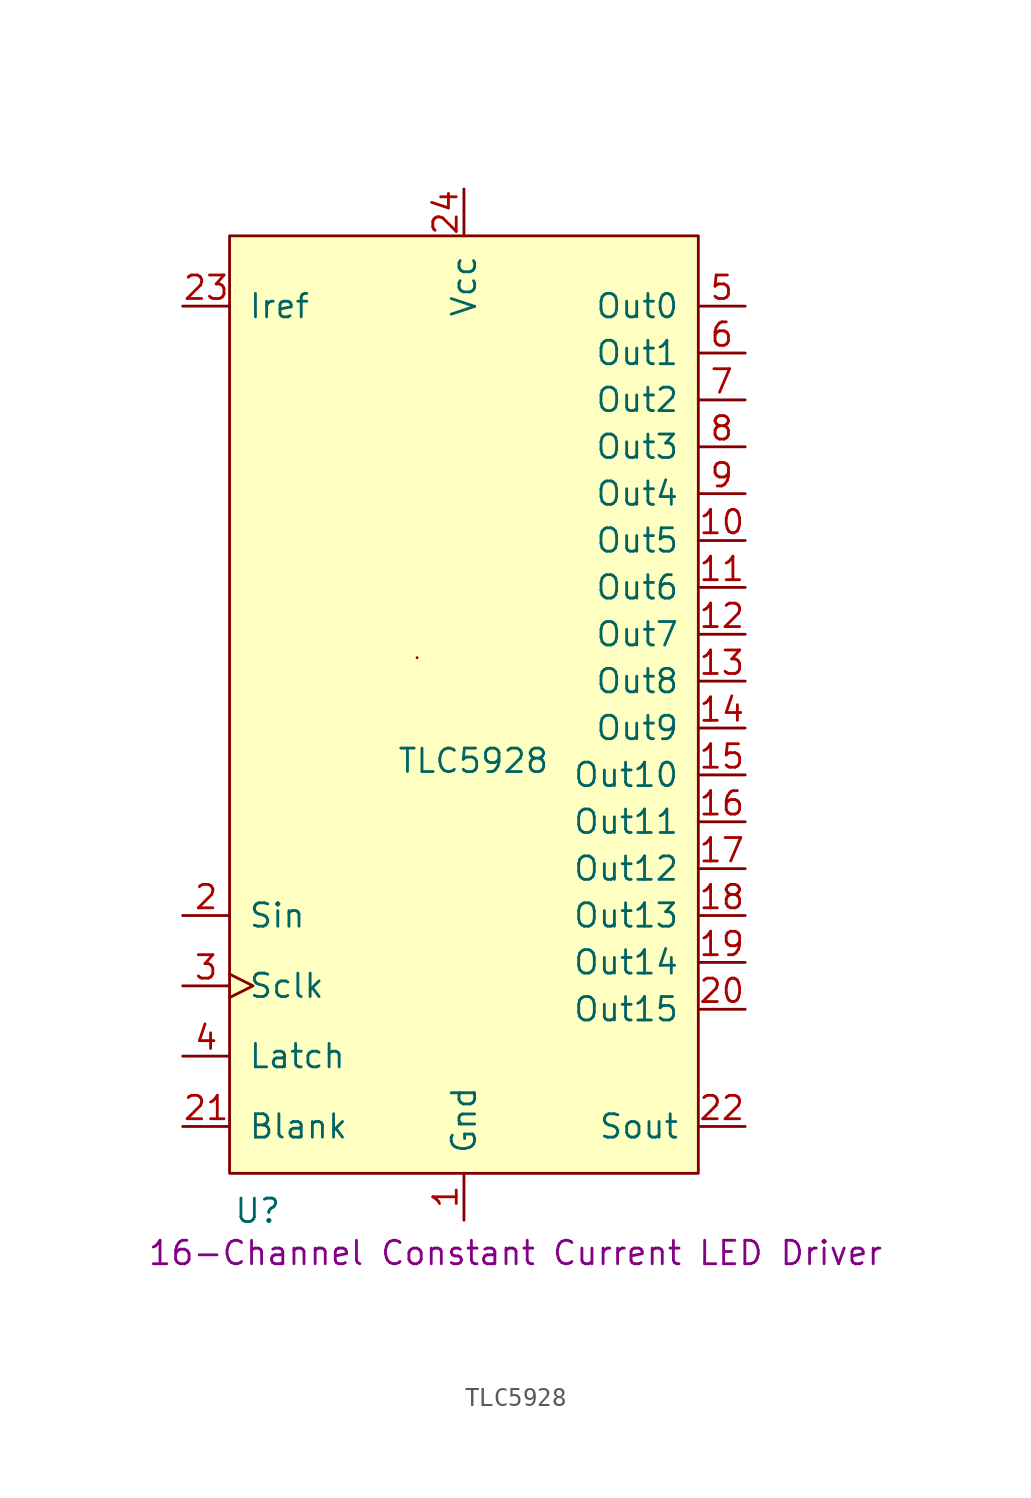
<source format=kicad_sym>
(kicad_symbol_lib
  (version 20231120)
  (generator "kicad_symbol_editor")
  (generator_version "8.0")
  (symbol "TLC5928"
    (pin_names
      (offset 1))
    (property "Reference" "U"
      (at -11.176 -27.432 0)
      (effects (font (size 1.27 1.27))))
    (property "Value" "TLC5928"
      (at 0.508 -3.048 0)
      (effects (font (size 1.27 1.27))))
    (property "Description" "16-Channel Constant Current LED Driver"
      (at 2.794 -29.718 0)
      (effects (font (size 1.27 1.27))))
    (symbol "TLC5928_0_1"
      (rectangle (start -2.54 2.54) (end -2.54 2.54) (stroke (width 0) (type default)) (fill (type none))))
    (symbol "TLC5928_1_0"
      (pin output line (at 15.24 -3.81 180) (length 2.54) (name "Out10" (effects (font (size 1.27 1.27)))) (number "15" (effects (font (size 1.27 1.27)))))
      (pin output line (at 15.24 -6.35 180) (length 2.54) (name "Out11" (effects (font (size 1.27 1.27)))) (number "16" (effects (font (size 1.27 1.27)))))
      (pin output line (at 15.24 -8.89 180) (length 2.54) (name "Out12" (effects (font (size 1.27 1.27)))) (number "17" (effects (font (size 1.27 1.27)))))
      (pin output line (at 15.24 -11.43 180) (length 2.54) (name "Out13" (effects (font (size 1.27 1.27)))) (number "18" (effects (font (size 1.27 1.27)))))
      (pin output line (at 15.24 -13.97 180) (length 2.54) (name "Out14" (effects (font (size 1.27 1.27)))) (number "19" (effects (font (size 1.27 1.27)))))
      (pin input line (at -15.24 -11.43 0) (length 2.54) (name "Sin" (effects (font (size 1.27 1.27)))) (number "2" (effects (font (size 1.27 1.27)))))
      (pin output line (at 15.24 -16.51 180) (length 2.54) (name "Out15" (effects (font (size 1.27 1.27)))) (number "20" (effects (font (size 1.27 1.27)))))
      (pin input line (at -15.24 -22.86 0) (length 2.54) (name "Blank" (effects (font (size 1.27 1.27)))) (number "21" (effects (font (size 1.27 1.27)))))
      (pin output line (at 15.24 -22.86 180) (length 2.54) (name "Sout" (effects (font (size 1.27 1.27)))) (number "22" (effects (font (size 1.27 1.27)))))
      (pin passive line (at -15.24 21.59 0) (length 2.54) (name "Iref" (effects (font (size 1.27 1.27)))) (number "23" (effects (font (size 1.27 1.27)))))
      (pin input clock (at -15.24 -15.24 0) (length 2.54) (name "Sclk" (effects (font (size 1.27 1.27)))) (number "3" (effects (font (size 1.27 1.27)))))
      (pin input line (at -15.24 -19.05 0) (length 2.54) (name "Latch" (effects (font (size 1.27 1.27)))) (number "4" (effects (font (size 1.27 1.27))))))
    (symbol "TLC5928_1_1"
      (rectangle (start -12.7 25.4) (end 12.7 -25.4) (stroke (width 0) (type default)) (fill (type background)))
      (pin power_in line (at 0 -27.94 90) (length 2.54) (name "Gnd" (effects (font (size 1.27 1.27)))) (number "1" (effects (font (size 1.27 1.27)))))
      (pin output line (at 15.24 8.89 180) (length 2.54) (name "Out5" (effects (font (size 1.27 1.27)))) (number "10" (effects (font (size 1.27 1.27)))))
      (pin output line (at 15.24 6.35 180) (length 2.54) (name "Out6" (effects (font (size 1.27 1.27)))) (number "11" (effects (font (size 1.27 1.27)))))
      (pin output line (at 15.24 3.81 180) (length 2.54) (name "Out7" (effects (font (size 1.27 1.27)))) (number "12" (effects (font (size 1.27 1.27)))))
      (pin output line (at 15.24 1.27 180) (length 2.54) (name "Out8" (effects (font (size 1.27 1.27)))) (number "13" (effects (font (size 1.27 1.27)))))
      (pin output line (at 15.24 -1.27 180) (length 2.54) (name "Out9" (effects (font (size 1.27 1.27)))) (number "14" (effects (font (size 1.27 1.27)))))
      (pin power_in line (at 0 27.94 270) (length 2.54) (name "Vcc" (effects (font (size 1.27 1.27)))) (number "24" (effects (font (size 1.27 1.27)))))
      (pin output line (at 15.24 21.59 180) (length 2.54) (name "Out0" (effects (font (size 1.27 1.27)))) (number "5" (effects (font (size 1.27 1.27)))))
      (pin output line (at 15.24 19.05 180) (length 2.54) (name "Out1" (effects (font (size 1.27 1.27)))) (number "6" (effects (font (size 1.27 1.27)))))
      (pin output line (at 15.24 16.51 180) (length 2.54) (name "Out2" (effects (font (size 1.27 1.27)))) (number "7" (effects (font (size 1.27 1.27)))))
      (pin output line (at 15.24 13.97 180) (length 2.54) (name "Out3" (effects (font (size 1.27 1.27)))) (number "8" (effects (font (size 1.27 1.27)))))
      (pin output line (at 15.24 11.43 180) (length 2.54) (name "Out4" (effects (font (size 1.27 1.27)))) (number "9" (effects (font (size 1.27 1.27))))))))
</source>
